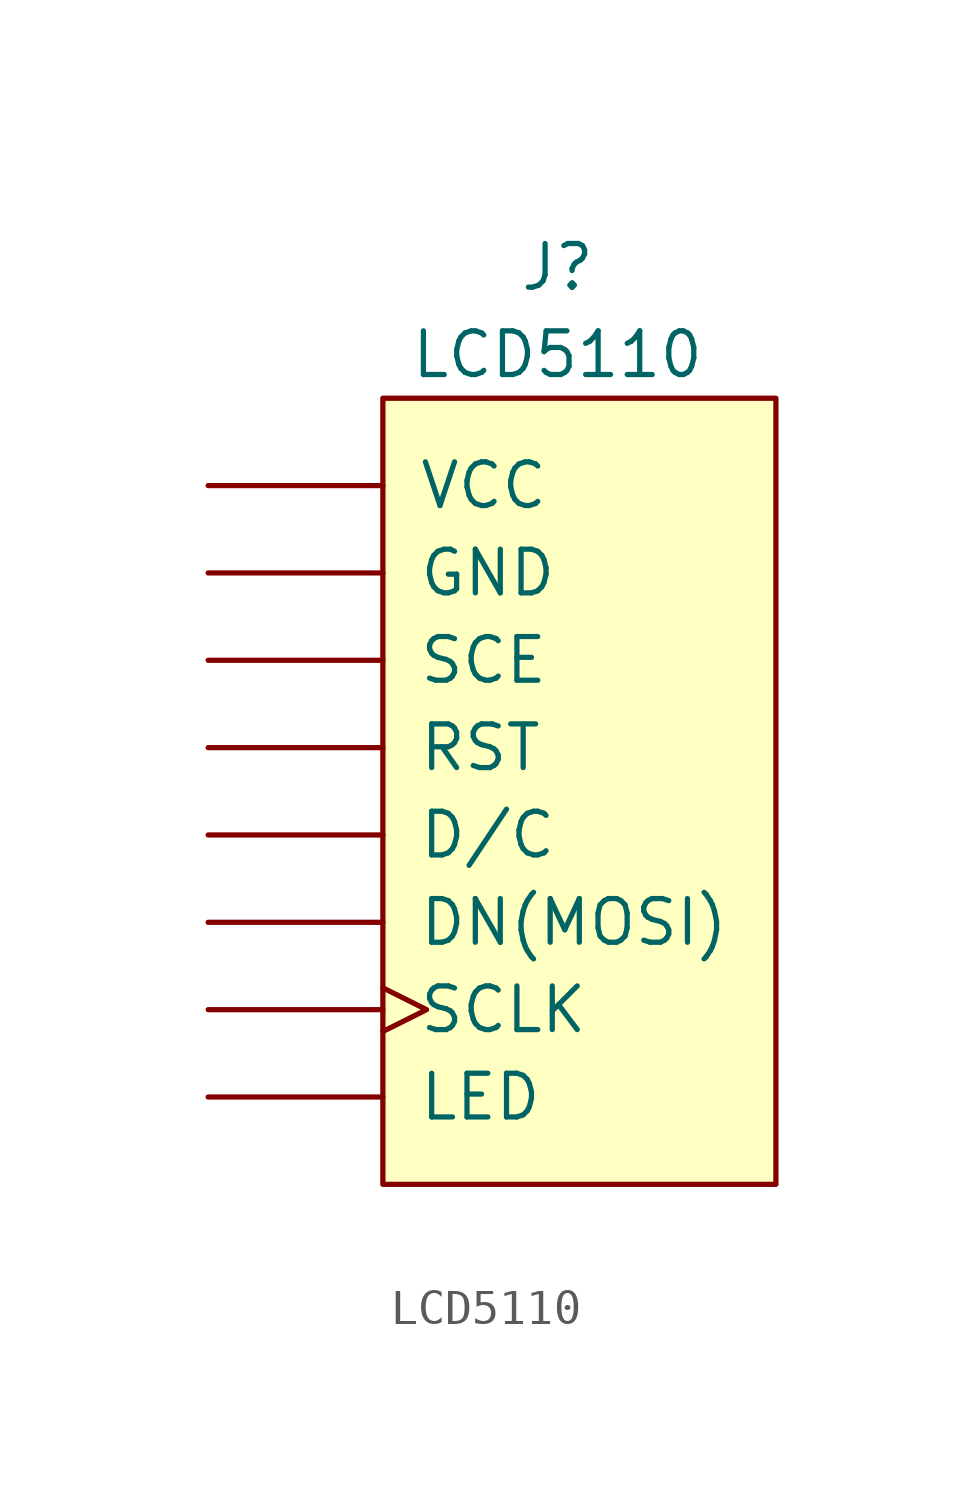
<source format=kicad_sym>
(kicad_symbol_lib
  (version 20211014)
  (generator kicad_symbol_editor)
  (symbol "LCD5110"
    (pin_numbers hide)
    (pin_names
      (offset 1.016))
    (property "Reference" "J"
      (at 5.08 -1.27 0)
      (effects (font (size 1.27 1.27))))
    (property "Value" "LCD5110"
      (at 5.08 -3.81 0)
      (effects (font (size 1.27 1.27))))
    (symbol "LCD5110_0_1"
      (rectangle (start 0 -5.08) (end 11.43 -27.94) (stroke (width 0) (type default) (color 0 0 0 0)) (fill (type background))))
    (symbol "LCD5110_1_1"
      (pin power_in line (at -5.08 -7.62 0) (length 5.08) (name "VCC" (effects (font (size 1.27 1.27)))) (number "1" (effects (font (size 1.27 1.27)))))
      (pin power_in line (at -5.08 -10.16 0) (length 5.08) (name "GND" (effects (font (size 1.27 1.27)))) (number "2" (effects (font (size 1.27 1.27)))))
      (pin input line (at -5.08 -12.7 0) (length 5.08) (name "SCE" (effects (font (size 1.27 1.27)))) (number "3" (effects (font (size 1.27 1.27)))))
      (pin input line (at -5.08 -15.24 0) (length 5.08) (name "RST" (effects (font (size 1.27 1.27)))) (number "4" (effects (font (size 1.27 1.27)))))
      (pin input line (at -5.08 -17.78 0) (length 5.08) (name "D/C" (effects (font (size 1.27 1.27)))) (number "5" (effects (font (size 1.27 1.27)))))
      (pin input line (at -5.08 -20.32 0) (length 5.08) (name "DN(MOSI)" (effects (font (size 1.27 1.27)))) (number "6" (effects (font (size 1.27 1.27)))))
      (pin input clock (at -5.08 -22.86 0) (length 5.08) (name "SCLK" (effects (font (size 1.27 1.27)))) (number "7" (effects (font (size 1.27 1.27)))))
      (pin input line (at -5.08 -25.4 0) (length 5.08) (name "LED" (effects (font (size 1.27 1.27)))) (number "8" (effects (font (size 1.27 1.27))))))))
</source>
